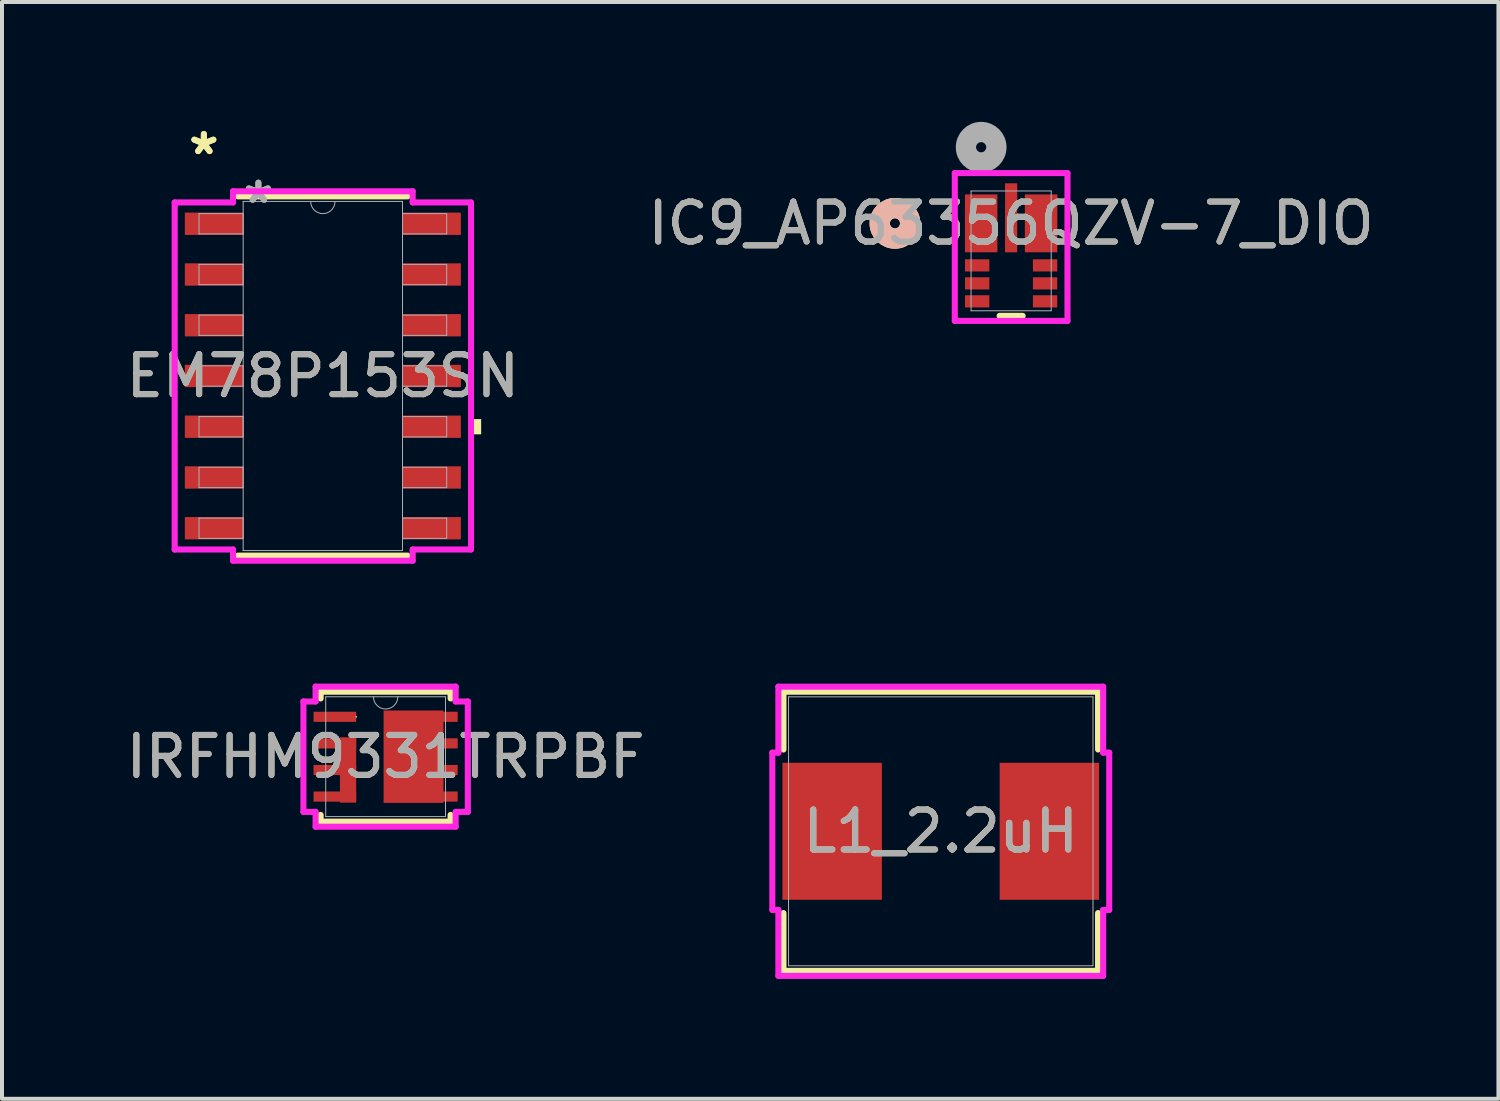
<source format=kicad_pcb>
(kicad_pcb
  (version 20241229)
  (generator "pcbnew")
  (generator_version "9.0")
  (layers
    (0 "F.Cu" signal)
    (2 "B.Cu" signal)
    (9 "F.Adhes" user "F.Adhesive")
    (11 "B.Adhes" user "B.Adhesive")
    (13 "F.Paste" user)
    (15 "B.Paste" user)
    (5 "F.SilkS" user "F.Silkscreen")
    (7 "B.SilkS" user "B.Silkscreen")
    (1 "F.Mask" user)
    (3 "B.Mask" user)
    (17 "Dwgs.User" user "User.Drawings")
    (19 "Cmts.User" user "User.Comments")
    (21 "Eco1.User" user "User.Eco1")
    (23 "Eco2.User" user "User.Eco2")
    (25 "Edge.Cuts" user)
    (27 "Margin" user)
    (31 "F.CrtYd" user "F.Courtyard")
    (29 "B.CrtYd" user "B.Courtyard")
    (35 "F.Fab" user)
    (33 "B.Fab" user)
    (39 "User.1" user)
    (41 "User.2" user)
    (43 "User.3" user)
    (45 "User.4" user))
  (footprint "IC9_AP63356QZV-7_DIO"
    (layer "F.Cu")
    (at 22.256 3.229)
    (property "Reference" "IC9_AP63356QZV-7_DIO" (at 0 -0.689 0) (unlocked yes) (layer "F.SilkS") (effects (font (size 1 1) (thickness 0.15))))
    (attr smd)
    (fp_line (start -0.288 1.626) (end 0.288 1.626) (stroke (width 0.152) (type solid)) (layer "F.SilkS"))
    (fp_circle (center -2.908 -0.689) (end -2.527 -0.689) (stroke (width 0.508) (type solid)) (fill no) (layer "F.SilkS"))
    (fp_circle (center -2.908 -0.689) (end -2.527 -0.689) (stroke (width 0.508) (type solid)) (fill no) (layer "B.SilkS"))
    (fp_line (start -1.41 -1.946) (end -1.41 1.753) (stroke (width 0.152) (type solid)) (layer "F.CrtYd"))
    (fp_line (start -1.41 1.753) (end 1.41 1.753) (stroke (width 0.152) (type solid)) (layer "F.CrtYd"))
    (fp_line (start 1.41 -1.946) (end -1.41 -1.946) (stroke (width 0.152) (type solid)) (layer "F.CrtYd"))
    (fp_line (start 1.41 1.753) (end 1.41 -1.946) (stroke (width 0.152) (type solid)) (layer "F.CrtYd"))
    (fp_line (start -1.003 -1.499) (end -1.003 1.499) (stroke (width 0.025) (type solid)) (layer "F.Fab"))
    (fp_line (start -1.003 1.499) (end 1.003 1.499) (stroke (width 0.025) (type solid)) (layer "F.Fab"))
    (fp_line (start 1.003 -1.499) (end -1.003 -1.499) (stroke (width 0.025) (type solid)) (layer "F.Fab"))
    (fp_line (start 1.003 1.499) (end 1.003 -1.499) (stroke (width 0.025) (type solid)) (layer "F.Fab"))
    (fp_circle (center -0.75 -2.594) (end -0.369 -2.594) (stroke (width 0.508) (type solid)) (fill no) (layer "F.Fab"))
    (fp_text user "${REFERENCE}" (at 0 -0.689 0) (unlocked yes) (layer "F.Fab") (effects (font (size 1 1) (thickness 0.15))))
    (pad "1" smd rect (at -0.75 -0.689) (size 0.813 1.448) (layers "F.Cu" "F.Mask" "F.Paste"))
    (pad "2" smd rect (at -0.85 0.363) (size 0.61 0.305) (layers "F.Cu" "F.Mask" "F.Paste"))
    (pad "3" smd rect (at -0.85 0.813) (size 0.61 0.305) (layers "F.Cu" "F.Mask" "F.Paste"))
    (pad "4" smd rect (at -0.85 1.263) (size 0.61 0.305) (layers "F.Cu" "F.Mask" "F.Paste"))
    (pad "5" smd rect (at 0.85 1.263) (size 0.61 0.305) (layers "F.Cu" "F.Mask" "F.Paste"))
    (pad "6" smd rect (at 0.85 0.813) (size 0.61 0.305) (layers "F.Cu" "F.Mask" "F.Paste"))
    (pad "7" smd rect (at 0.85 0.363) (size 0.61 0.305) (layers "F.Cu" "F.Mask" "F.Paste"))
    (pad "8" smd rect (at 0.75 -0.689) (size 0.813 1.448) (layers "F.Cu" "F.Mask" "F.Paste"))
    (pad "9" smd rect (at 0 -0.828) (size 0.305 1.727) (layers "F.Cu" "F.Mask" "F.Paste")))
  (footprint "L1_2.2uH"
    (layer "F.Cu")
    (at 20.495 17.755)
    (property "Reference" "L1_2.2uH" (at 0 0 0) (unlocked yes) (layer "F.SilkS") (effects (font (size 1 1) (thickness 0.15))))
    (attr smd)
    (fp_line (start -3.937 -3.493) (end -3.937 -2.047) (stroke (width 0.152) (type solid)) (layer "F.SilkS"))
    (fp_line (start -3.937 2.047) (end -3.937 3.493) (stroke (width 0.152) (type solid)) (layer "F.SilkS"))
    (fp_line (start -3.937 3.493) (end 3.937 3.493) (stroke (width 0.152) (type solid)) (layer "F.SilkS"))
    (fp_line (start 3.937 -3.493) (end -3.937 -3.493) (stroke (width 0.152) (type solid)) (layer "F.SilkS"))
    (fp_line (start 3.937 -2.047) (end 3.937 -3.493) (stroke (width 0.152) (type solid)) (layer "F.SilkS"))
    (fp_line (start 3.937 3.493) (end 3.937 2.047) (stroke (width 0.152) (type solid)) (layer "F.SilkS"))
    (fp_line (start -4.216 -1.968) (end -4.064 -1.968) (stroke (width 0.152) (type solid)) (layer "F.CrtYd"))
    (fp_line (start -4.216 1.968) (end -4.216 -1.968) (stroke (width 0.152) (type solid)) (layer "F.CrtYd"))
    (fp_line (start -4.064 -3.619) (end 4.064 -3.619) (stroke (width 0.152) (type solid)) (layer "F.CrtYd"))
    (fp_line (start -4.064 -1.968) (end -4.064 -3.619) (stroke (width 0.152) (type solid)) (layer "F.CrtYd"))
    (fp_line (start -4.064 1.968) (end -4.216 1.968) (stroke (width 0.152) (type solid)) (layer "F.CrtYd"))
    (fp_line (start -4.064 1.968) (end -4.064 3.619) (stroke (width 0.152) (type solid)) (layer "F.CrtYd"))
    (fp_line (start -4.064 3.619) (end 4.064 3.619) (stroke (width 0.152) (type solid)) (layer "F.CrtYd"))
    (fp_line (start 4.064 -3.619) (end 4.064 -1.968) (stroke (width 0.152) (type solid)) (layer "F.CrtYd"))
    (fp_line (start 4.064 -1.968) (end 4.216 -1.968) (stroke (width 0.152) (type solid)) (layer "F.CrtYd"))
    (fp_line (start 4.064 1.968) (end 4.216 1.968) (stroke (width 0.152) (type solid)) (layer "F.CrtYd"))
    (fp_line (start 4.064 3.619) (end 4.064 1.968) (stroke (width 0.152) (type solid)) (layer "F.CrtYd"))
    (fp_line (start 4.216 -1.968) (end 4.216 1.968) (stroke (width 0.152) (type solid)) (layer "F.CrtYd"))
    (fp_line (start -3.81 -3.365) (end -3.81 3.365) (stroke (width 0.025) (type solid)) (layer "F.Fab"))
    (fp_line (start -3.81 3.365) (end 3.81 3.365) (stroke (width 0.025) (type solid)) (layer "F.Fab"))
    (fp_line (start 3.81 -3.365) (end -3.81 -3.365) (stroke (width 0.025) (type solid)) (layer "F.Fab"))
    (fp_line (start 3.81 3.365) (end 3.81 -3.365) (stroke (width 0.025) (type solid)) (layer "F.Fab"))
    (fp_text user "${REFERENCE}" (at 0 0 0) (unlocked yes) (layer "F.Fab") (effects (font (size 1 1) (thickness 0.15))))
    (pad "1" smd rect (at -2.718 0 90) (size 3.429 2.489) (layers "F.Cu" "F.Mask" "F.Paste"))
    (pad "2" smd rect (at 2.718 0 90) (size 3.429 2.489) (layers "F.Cu" "F.Mask" "F.Paste")))
  (footprint "IRFHM9331TRPBF"
    (layer "F.Cu")
    (at 6.601 15.888)
    (property "Reference" "IRFHM9331TRPBF" (at 0 0 0) (unlocked yes) (layer "F.SilkS") (effects (font (size 1 1) (thickness 0.15))))
    (attr smd)
    (fp_poly (pts (xy -0.737 -0.485) (xy -1.143 -0.485) (xy -1.143 1.151) (xy -0.737 1.151)) (stroke (width 0) (type solid)) (fill yes) (layer "F.Cu"))
    (fp_poly (pts (xy 1.448 -1.156) (xy -0.051 -1.156) (xy -0.051 1.156) (xy 1.448 1.156)) (stroke (width 0) (type solid)) (fill yes) (layer "F.Cu"))
    (fp_poly (pts (xy -0.737 -0.485) (xy -1.143 -0.485) (xy -1.143 1.151) (xy -0.737 1.151)) (stroke (width 0) (type solid)) (fill yes) (layer "F.Mask"))
    (fp_poly (pts (xy 1.448 -1.156) (xy -0.051 -1.156) (xy -0.051 1.156) (xy 1.448 1.156)) (stroke (width 0) (type solid)) (fill yes) (layer "F.Mask"))
    (fp_line (start -1.626 -1.626) (end -1.626 -1.458) (stroke (width 0.152) (type solid)) (layer "F.SilkS"))
    (fp_line (start -1.626 1.458) (end -1.626 1.626) (stroke (width 0.152) (type solid)) (layer "F.SilkS"))
    (fp_line (start -1.626 1.626) (end 1.626 1.626) (stroke (width 0.152) (type solid)) (layer "F.SilkS"))
    (fp_line (start 1.626 -1.626) (end -1.626 -1.626) (stroke (width 0.152) (type solid)) (layer "F.SilkS"))
    (fp_line (start 1.626 -1.458) (end 1.626 -1.626) (stroke (width 0.152) (type solid)) (layer "F.SilkS"))
    (fp_line (start 1.626 1.626) (end 1.626 1.458) (stroke (width 0.152) (type solid)) (layer "F.SilkS"))
    (fp_poly (pts (xy -0.737 -0.485) (xy -1.143 -0.485) (xy -1.143 1.151) (xy -0.737 1.151)) (stroke (width 0) (type solid)) (fill yes) (layer "F.Paste"))
    (fp_poly (pts (xy 1.448 -1.156) (xy -0.051 -1.156) (xy -0.051 1.156) (xy 1.448 1.156)) (stroke (width 0) (type solid)) (fill yes) (layer "F.Paste"))
    (fp_line (start -2.057 -1.382) (end -1.753 -1.382) (stroke (width 0.152) (type solid)) (layer "F.CrtYd"))
    (fp_line (start -2.057 1.382) (end -2.057 -1.382) (stroke (width 0.152) (type solid)) (layer "F.CrtYd"))
    (fp_line (start -2.057 1.382) (end -1.753 1.382) (stroke (width 0.152) (type solid)) (layer "F.CrtYd"))
    (fp_line (start -1.753 -1.753) (end 1.753 -1.753) (stroke (width 0.152) (type solid)) (layer "F.CrtYd"))
    (fp_line (start -1.753 -1.382) (end -1.753 -1.753) (stroke (width 0.152) (type solid)) (layer "F.CrtYd"))
    (fp_line (start -1.753 1.753) (end -1.753 1.382) (stroke (width 0.152) (type solid)) (layer "F.CrtYd"))
    (fp_line (start 1.753 -1.753) (end 1.753 -1.382) (stroke (width 0.152) (type solid)) (layer "F.CrtYd"))
    (fp_line (start 1.753 1.382) (end 1.753 1.753) (stroke (width 0.152) (type solid)) (layer "F.CrtYd"))
    (fp_line (start 1.753 1.753) (end -1.753 1.753) (stroke (width 0.152) (type solid)) (layer "F.CrtYd"))
    (fp_line (start 2.057 -1.382) (end 1.753 -1.382) (stroke (width 0.152) (type solid)) (layer "F.CrtYd"))
    (fp_line (start 2.057 -1.382) (end 2.057 1.382) (stroke (width 0.152) (type solid)) (layer "F.CrtYd"))
    (fp_line (start 2.057 1.382) (end 1.753 1.382) (stroke (width 0.152) (type solid)) (layer "F.CrtYd"))
    (fp_line (start -1.499 -1.499) (end -1.499 1.499) (stroke (width 0.025) (type solid)) (layer "F.Fab"))
    (fp_line (start -1.499 1.499) (end 1.499 1.499) (stroke (width 0.025) (type solid)) (layer "F.Fab"))
    (fp_line (start 1.499 -1.499) (end -1.499 -1.499) (stroke (width 0.025) (type solid)) (layer "F.Fab"))
    (fp_line (start 1.499 1.499) (end 1.499 -1.499) (stroke (width 0.025) (type solid)) (layer "F.Fab"))
    (fp_arc (start 0.3048 -1.4986) (mid 0 -1.1938) (end -0.3048 -1.4986) (stroke (width 0.0254) (type solid)) (layer "F.Fab"))
    (fp_circle (center -0.737 -0.998) (end -0.737 -0.998) (stroke (width 0.025) (type solid)) (fill no) (layer "F.Fab"))
    (fp_text user "${REFERENCE}" (at 0 0 0) (unlocked yes) (layer "F.Fab") (effects (font (size 1 1) (thickness 0.15))))
    (pad "1" smd rect (at -1.27 -0.998) (size 1.067 0.254) (layers "F.Cu" "F.Mask" "F.Paste"))
    (pad "2" smd rect (at -1.27 -0.333) (size 1.067 0.254) (layers "F.Cu" "F.Mask" "F.Paste"))
    (pad "3" smd rect (at -1.27 0.333) (size 1.067 0.254) (layers "F.Cu" "F.Mask" "F.Paste"))
    (pad "4" smd rect (at -1.27 0.998) (size 1.067 0.254) (layers "F.Cu" "F.Mask" "F.Paste"))
    (pad "5" smd rect (at 1.27 0.998) (size 1.067 0.254) (layers "F.Cu" "F.Mask" "F.Paste"))
    (pad "6" smd rect (at 1.27 0.333) (size 1.067 0.254) (layers "F.Cu" "F.Mask" "F.Paste"))
    (pad "7" smd rect (at 1.27 -0.333) (size 1.067 0.254) (layers "F.Cu" "F.Mask" "F.Paste"))
    (pad "8" smd rect (at 1.27 -0.998) (size 1.067 0.254) (layers "F.Cu" "F.Mask" "F.Paste")))
  (footprint "EM78P153SN"
    (layer "F.Cu")
    (at 5.03 6.36)
    (property "Reference" "EM78P153SN" (at 0 0 0) (unlocked yes) (layer "F.SilkS") (effects (font (size 1 1) (thickness 0.15))))
    (attr smd)
    (fp_line (start -2.121 4.496) (end 2.121 4.496) (stroke (width 0.152) (type solid)) (layer "F.SilkS"))
    (fp_line (start 2.121 -4.496) (end -2.121 -4.496) (stroke (width 0.152) (type solid)) (layer "F.SilkS"))
    (fp_poly (pts (xy 3.962 1.079) (xy 3.962 1.46) (xy 3.708 1.46) (xy 3.708 1.079)) (stroke (width 0) (type solid)) (fill yes) (layer "F.SilkS"))
    (fp_line (start -3.708 -4.343) (end -2.248 -4.343) (stroke (width 0.152) (type solid)) (layer "F.CrtYd"))
    (fp_line (start -3.708 4.343) (end -3.708 -4.343) (stroke (width 0.152) (type solid)) (layer "F.CrtYd"))
    (fp_line (start -3.708 4.343) (end -2.248 4.343) (stroke (width 0.152) (type solid)) (layer "F.CrtYd"))
    (fp_line (start -2.248 -4.623) (end 2.248 -4.623) (stroke (width 0.152) (type solid)) (layer "F.CrtYd"))
    (fp_line (start -2.248 -4.343) (end -2.248 -4.623) (stroke (width 0.152) (type solid)) (layer "F.CrtYd"))
    (fp_line (start -2.248 4.623) (end -2.248 4.343) (stroke (width 0.152) (type solid)) (layer "F.CrtYd"))
    (fp_line (start 2.248 -4.623) (end 2.248 -4.343) (stroke (width 0.152) (type solid)) (layer "F.CrtYd"))
    (fp_line (start 2.248 4.343) (end 2.248 4.623) (stroke (width 0.152) (type solid)) (layer "F.CrtYd"))
    (fp_line (start 2.248 4.623) (end -2.248 4.623) (stroke (width 0.152) (type solid)) (layer "F.CrtYd"))
    (fp_line (start 3.708 -4.343) (end 2.248 -4.343) (stroke (width 0.152) (type solid)) (layer "F.CrtYd"))
    (fp_line (start 3.708 -4.343) (end 3.708 4.343) (stroke (width 0.152) (type solid)) (layer "F.CrtYd"))
    (fp_line (start 3.708 4.343) (end 2.248 4.343) (stroke (width 0.152) (type solid)) (layer "F.CrtYd"))
    (fp_line (start -3.099 -4.064) (end -3.099 -3.556) (stroke (width 0.025) (type solid)) (layer "F.Fab"))
    (fp_line (start -3.099 -3.556) (end -1.994 -3.556) (stroke (width 0.025) (type solid)) (layer "F.Fab"))
    (fp_line (start -3.099 -2.794) (end -3.099 -2.286) (stroke (width 0.025) (type solid)) (layer "F.Fab"))
    (fp_line (start -3.099 -2.286) (end -1.994 -2.286) (stroke (width 0.025) (type solid)) (layer "F.Fab"))
    (fp_line (start -3.099 -1.524) (end -3.099 -1.016) (stroke (width 0.025) (type solid)) (layer "F.Fab"))
    (fp_line (start -3.099 -1.016) (end -1.994 -1.016) (stroke (width 0.025) (type solid)) (layer "F.Fab"))
    (fp_line (start -3.099 -0.254) (end -3.099 0.254) (stroke (width 0.025) (type solid)) (layer "F.Fab"))
    (fp_line (start -3.099 0.254) (end -1.994 0.254) (stroke (width 0.025) (type solid)) (layer "F.Fab"))
    (fp_line (start -3.099 1.016) (end -3.099 1.524) (stroke (width 0.025) (type solid)) (layer "F.Fab"))
    (fp_line (start -3.099 1.524) (end -1.994 1.524) (stroke (width 0.025) (type solid)) (layer "F.Fab"))
    (fp_line (start -3.099 2.286) (end -3.099 2.794) (stroke (width 0.025) (type solid)) (layer "F.Fab"))
    (fp_line (start -3.099 2.794) (end -1.994 2.794) (stroke (width 0.025) (type solid)) (layer "F.Fab"))
    (fp_line (start -3.099 3.556) (end -3.099 4.064) (stroke (width 0.025) (type solid)) (layer "F.Fab"))
    (fp_line (start -3.099 4.064) (end -1.994 4.064) (stroke (width 0.025) (type solid)) (layer "F.Fab"))
    (fp_line (start -1.994 -4.369) (end -1.994 4.369) (stroke (width 0.025) (type solid)) (layer "F.Fab"))
    (fp_line (start -1.994 -4.064) (end -3.099 -4.064) (stroke (width 0.025) (type solid)) (layer "F.Fab"))
    (fp_line (start -1.994 -3.556) (end -1.994 -4.064) (stroke (width 0.025) (type solid)) (layer "F.Fab"))
    (fp_line (start -1.994 -2.794) (end -3.099 -2.794) (stroke (width 0.025) (type solid)) (layer "F.Fab"))
    (fp_line (start -1.994 -2.286) (end -1.994 -2.794) (stroke (width 0.025) (type solid)) (layer "F.Fab"))
    (fp_line (start -1.994 -1.524) (end -3.099 -1.524) (stroke (width 0.025) (type solid)) (layer "F.Fab"))
    (fp_line (start -1.994 -1.016) (end -1.994 -1.524) (stroke (width 0.025) (type solid)) (layer "F.Fab"))
    (fp_line (start -1.994 -0.254) (end -3.099 -0.254) (stroke (width 0.025) (type solid)) (layer "F.Fab"))
    (fp_line (start -1.994 0.254) (end -1.994 -0.254) (stroke (width 0.025) (type solid)) (layer "F.Fab"))
    (fp_line (start -1.994 1.016) (end -3.099 1.016) (stroke (width 0.025) (type solid)) (layer "F.Fab"))
    (fp_line (start -1.994 1.524) (end -1.994 1.016) (stroke (width 0.025) (type solid)) (layer "F.Fab"))
    (fp_line (start -1.994 2.286) (end -3.099 2.286) (stroke (width 0.025) (type solid)) (layer "F.Fab"))
    (fp_line (start -1.994 2.794) (end -1.994 2.286) (stroke (width 0.025) (type solid)) (layer "F.Fab"))
    (fp_line (start -1.994 3.556) (end -3.099 3.556) (stroke (width 0.025) (type solid)) (layer "F.Fab"))
    (fp_line (start -1.994 4.064) (end -1.994 3.556) (stroke (width 0.025) (type solid)) (layer "F.Fab"))
    (fp_line (start -1.994 4.369) (end 1.994 4.369) (stroke (width 0.025) (type solid)) (layer "F.Fab"))
    (fp_line (start 1.994 -4.369) (end -1.994 -4.369) (stroke (width 0.025) (type solid)) (layer "F.Fab"))
    (fp_line (start 1.994 -4.064) (end 1.994 -3.556) (stroke (width 0.025) (type solid)) (layer "F.Fab"))
    (fp_line (start 1.994 -3.556) (end 3.099 -3.556) (stroke (width 0.025) (type solid)) (layer "F.Fab"))
    (fp_line (start 1.994 -2.794) (end 1.994 -2.286) (stroke (width 0.025) (type solid)) (layer "F.Fab"))
    (fp_line (start 1.994 -2.286) (end 3.099 -2.286) (stroke (width 0.025) (type solid)) (layer "F.Fab"))
    (fp_line (start 1.994 -1.524) (end 1.994 -1.016) (stroke (width 0.025) (type solid)) (layer "F.Fab"))
    (fp_line (start 1.994 -1.016) (end 3.099 -1.016) (stroke (width 0.025) (type solid)) (layer "F.Fab"))
    (fp_line (start 1.994 -0.254) (end 1.994 0.254) (stroke (width 0.025) (type solid)) (layer "F.Fab"))
    (fp_line (start 1.994 0.254) (end 3.099 0.254) (stroke (width 0.025) (type solid)) (layer "F.Fab"))
    (fp_line (start 1.994 1.016) (end 1.994 1.524) (stroke (width 0.025) (type solid)) (layer "F.Fab"))
    (fp_line (start 1.994 1.524) (end 3.099 1.524) (stroke (width 0.025) (type solid)) (layer "F.Fab"))
    (fp_line (start 1.994 2.286) (end 1.994 2.794) (stroke (width 0.025) (type solid)) (layer "F.Fab"))
    (fp_line (start 1.994 2.794) (end 3.099 2.794) (stroke (width 0.025) (type solid)) (layer "F.Fab"))
    (fp_line (start 1.994 3.556) (end 1.994 4.064) (stroke (width 0.025) (type solid)) (layer "F.Fab"))
    (fp_line (start 1.994 4.064) (end 3.099 4.064) (stroke (width 0.025) (type solid)) (layer "F.Fab"))
    (fp_line (start 1.994 4.369) (end 1.994 -4.369) (stroke (width 0.025) (type solid)) (layer "F.Fab"))
    (fp_line (start 3.099 -4.064) (end 1.994 -4.064) (stroke (width 0.025) (type solid)) (layer "F.Fab"))
    (fp_line (start 3.099 -3.556) (end 3.099 -4.064) (stroke (width 0.025) (type solid)) (layer "F.Fab"))
    (fp_line (start 3.099 -2.794) (end 1.994 -2.794) (stroke (width 0.025) (type solid)) (layer "F.Fab"))
    (fp_line (start 3.099 -2.286) (end 3.099 -2.794) (stroke (width 0.025) (type solid)) (layer "F.Fab"))
    (fp_line (start 3.099 -1.524) (end 1.994 -1.524) (stroke (width 0.025) (type solid)) (layer "F.Fab"))
    (fp_line (start 3.099 -1.016) (end 3.099 -1.524) (stroke (width 0.025) (type solid)) (layer "F.Fab"))
    (fp_line (start 3.099 -0.254) (end 1.994 -0.254) (stroke (width 0.025) (type solid)) (layer "F.Fab"))
    (fp_line (start 3.099 0.254) (end 3.099 -0.254) (stroke (width 0.025) (type solid)) (layer "F.Fab"))
    (fp_line (start 3.099 1.016) (end 1.994 1.016) (stroke (width 0.025) (type solid)) (layer "F.Fab"))
    (fp_line (start 3.099 1.524) (end 3.099 1.016) (stroke (width 0.025) (type solid)) (layer "F.Fab"))
    (fp_line (start 3.099 2.286) (end 1.994 2.286) (stroke (width 0.025) (type solid)) (layer "F.Fab"))
    (fp_line (start 3.099 2.794) (end 3.099 2.286) (stroke (width 0.025) (type solid)) (layer "F.Fab"))
    (fp_line (start 3.099 3.556) (end 1.994 3.556) (stroke (width 0.025) (type solid)) (layer "F.Fab"))
    (fp_line (start 3.099 4.064) (end 3.099 3.556) (stroke (width 0.025) (type solid)) (layer "F.Fab"))
    (fp_arc (start 0.3048 -4.3688) (mid 0 -4.064) (end -0.3048 -4.3688) (stroke (width 0.0254) (type solid)) (layer "F.Fab"))
    (fp_text user "*" (at -2.978 -5.512 0) (layer "F.SilkS") (effects (font (size 1 1) (thickness 0.15))))
    (fp_text user "*" (at -2.978 -5.512 0) (unlocked yes) (layer "F.SilkS") (effects (font (size 1 1) (thickness 0.15))))
    (fp_text user "*" (at -1.613 -4.293 0) (layer "F.Fab") (effects (font (size 1 1) (thickness 0.15))))
    (fp_text user "*" (at -1.613 -4.293 0) (unlocked yes) (layer "F.Fab") (effects (font (size 1 1) (thickness 0.15))))
    (fp_text user "${REFERENCE}" (at 0 0 0) (unlocked yes) (layer "F.Fab") (effects (font (size 1 1) (thickness 0.15))))
    (pad "1" smd rect (at -2.724 -3.81) (size 1.46 0.559) (layers "F.Cu" "F.Mask" "F.Paste"))
    (pad "2" smd rect (at -2.724 -2.54) (size 1.46 0.559) (layers "F.Cu" "F.Mask" "F.Paste"))
    (pad "3" smd rect (at -2.724 -1.27) (size 1.46 0.559) (layers "F.Cu" "F.Mask" "F.Paste"))
    (pad "4" smd rect (at -2.724 0) (size 1.46 0.559) (layers "F.Cu" "F.Mask" "F.Paste"))
    (pad "5" smd rect (at -2.724 1.27) (size 1.46 0.559) (layers "F.Cu" "F.Mask" "F.Paste"))
    (pad "6" smd rect (at -2.724 2.54) (size 1.46 0.559) (layers "F.Cu" "F.Mask" "F.Paste"))
    (pad "7" smd rect (at -2.724 3.81) (size 1.46 0.559) (layers "F.Cu" "F.Mask" "F.Paste"))
    (pad "8" smd rect (at 2.724 3.81) (size 1.46 0.559) (layers "F.Cu" "F.Mask" "F.Paste"))
    (pad "9" smd rect (at 2.724 2.54) (size 1.46 0.559) (layers "F.Cu" "F.Mask" "F.Paste"))
    (pad "10" smd rect (at 2.724 1.27) (size 1.46 0.559) (layers "F.Cu" "F.Mask" "F.Paste"))
    (pad "11" smd rect (at 2.724 0) (size 1.46 0.559) (layers "F.Cu" "F.Mask" "F.Paste"))
    (pad "12" smd rect (at 2.724 -1.27) (size 1.46 0.559) (layers "F.Cu" "F.Mask" "F.Paste"))
    (pad "13" smd rect (at 2.724 -2.54) (size 1.46 0.559) (layers "F.Cu" "F.Mask" "F.Paste"))
    (pad "14" smd rect (at 2.724 -3.81) (size 1.46 0.559) (layers "F.Cu" "F.Mask" "F.Paste")))
  (gr_rect
    (start -3 -3)
    (end 34.452 24.45)
    (stroke (width 0.1) (type default))
    (fill no)
    (layer "Edge.Cuts")))
</source>
